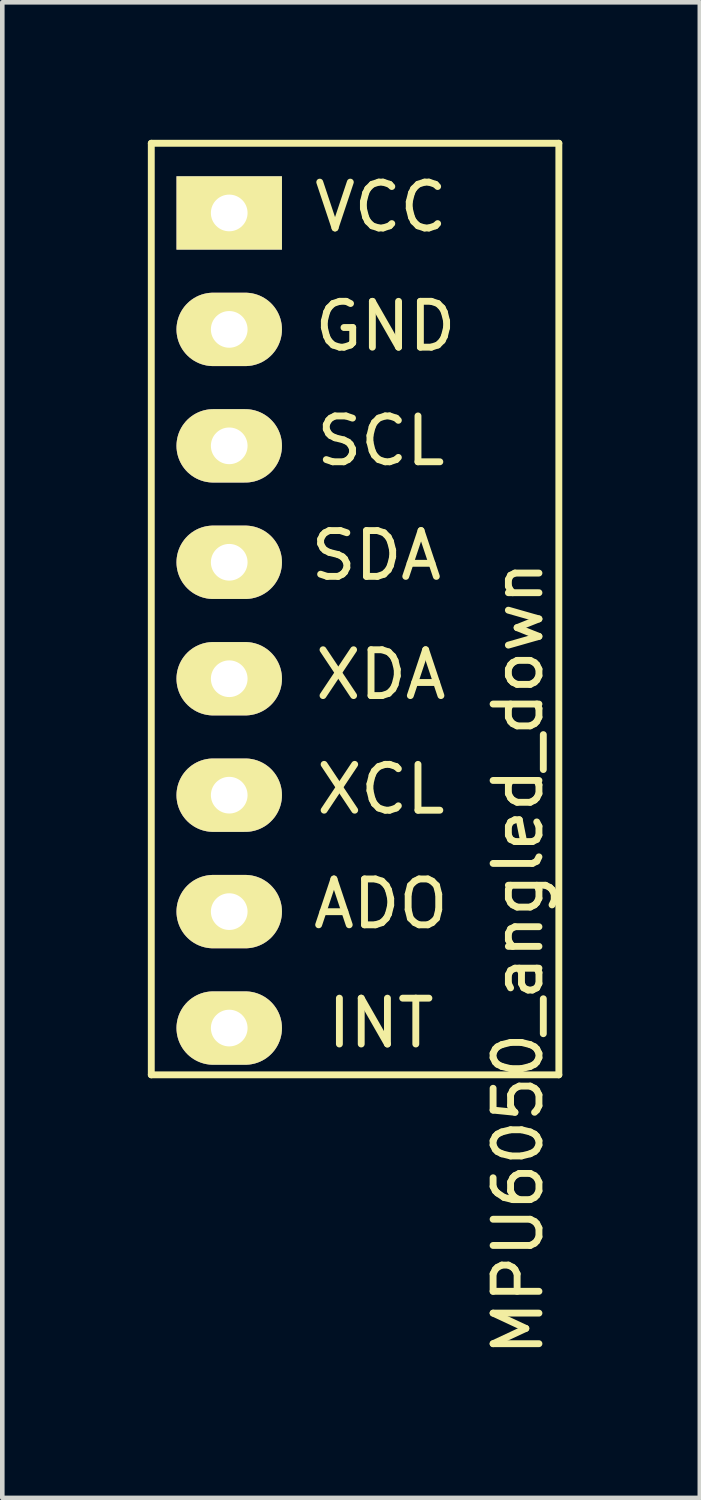
<source format=kicad_pcb>
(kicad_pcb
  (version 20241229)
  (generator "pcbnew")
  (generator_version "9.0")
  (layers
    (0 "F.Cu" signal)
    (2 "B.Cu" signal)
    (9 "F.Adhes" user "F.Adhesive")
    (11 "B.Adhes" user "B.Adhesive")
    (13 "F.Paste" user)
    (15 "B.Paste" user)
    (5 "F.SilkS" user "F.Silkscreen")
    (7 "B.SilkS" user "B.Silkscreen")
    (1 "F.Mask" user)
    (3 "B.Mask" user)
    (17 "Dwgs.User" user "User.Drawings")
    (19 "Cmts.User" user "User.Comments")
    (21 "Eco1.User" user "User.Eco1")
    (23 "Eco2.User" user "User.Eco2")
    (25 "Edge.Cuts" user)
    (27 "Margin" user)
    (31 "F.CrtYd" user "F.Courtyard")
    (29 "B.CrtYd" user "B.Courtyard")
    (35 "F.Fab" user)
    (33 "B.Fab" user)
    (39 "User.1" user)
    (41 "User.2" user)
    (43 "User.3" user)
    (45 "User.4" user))
  (footprint "MPU6050_angled_down"
    (layer "F.Cu")
    (at 0.25 20.395)
    (property "Reference" "MPU6050_angled_down" (at 8.001 -2.54 90) (layer "F.SilkS") (effects (font (size 1 1) (thickness 0.15))))
    (attr through_hole)
    (fp_line (start 0 -20.32) (end 0 0) (stroke (width 0.15) (type solid)) (layer "F.SilkS"))
    (fp_line (start 0 -20.32) (end 8.89 -20.32) (stroke (width 0.15) (type solid)) (layer "F.SilkS"))
    (fp_line (start 8.89 0) (end 0 0) (stroke (width 0.15) (type solid)) (layer "F.SilkS"))
    (fp_line (start 8.89 0) (end 8.89 -20.32) (stroke (width 0.15) (type solid)) (layer "F.SilkS"))
    (fp_text user "ADO" (at 5.008 -3.727 0) (layer "F.SilkS") (effects (font (size 1 1) (thickness 0.15))))
    (fp_text user "XDA" (at 5.008 -8.727 0) (layer "F.SilkS") (effects (font (size 1 1) (thickness 0.15))))
    (fp_text user "SCL" (at 5.008 -13.827 0) (layer "F.SilkS") (effects (font (size 1 1) (thickness 0.15))))
    (fp_text user "XCL" (at 5.008 -6.227 0) (layer "F.SilkS") (effects (font (size 1 1) (thickness 0.15))))
    (fp_text user "INT" (at 5.008 -1.127 0) (layer "F.SilkS") (effects (font (size 1 1) (thickness 0.15))))
    (fp_text user "GND" (at 5.108 -16.327 0) (layer "F.SilkS") (effects (font (size 1 1) (thickness 0.15))))
    (fp_text user "SDA" (at 4.908 -11.327 0) (layer "F.SilkS") (effects (font (size 1 1) (thickness 0.15))))
    (fp_text user "VCC" (at 5.008 -18.927 0) (layer "F.SilkS") (effects (font (size 1 1) (thickness 0.15))))
    (pad "1" thru_hole rect (at 1.7 -18.8) (size 2.3 1.6) (drill 0.8) (layers "*.Cu" "*.Mask" "F.SilkS"))
    (pad "2" thru_hole oval (at 1.7 -16.26) (size 2.3 1.6) (drill 0.8) (layers "*.Cu" "*.Mask" "F.SilkS"))
    (pad "3" thru_hole oval (at 1.7 -13.72) (size 2.3 1.6) (drill 0.8) (layers "*.Cu" "*.Mask" "F.SilkS"))
    (pad "4" thru_hole oval (at 1.7 -11.18) (size 2.3 1.6) (drill 0.8) (layers "*.Cu" "*.Mask" "F.SilkS"))
    (pad "5" thru_hole oval (at 1.7 -8.64) (size 2.3 1.6) (drill 0.8) (layers "*.Cu" "*.Mask" "F.SilkS"))
    (pad "6" thru_hole oval (at 1.7 -6.1) (size 2.3 1.6) (drill 0.8) (layers "*.Cu" "*.Mask" "F.SilkS"))
    (pad "7" thru_hole oval (at 1.7 -3.56) (size 2.3 1.6) (drill 0.8) (layers "*.Cu" "*.Mask" "F.SilkS"))
    (pad "8" thru_hole oval (at 1.7 -1.02) (size 2.3 1.6) (drill 0.8) (layers "*.Cu" "*.Mask" "F.SilkS")))
  (gr_rect
    (start -3 -3)
    (end 12.215 29.623)
    (stroke (width 0.1) (type default))
    (fill no)
    (layer "Edge.Cuts")))
</source>
